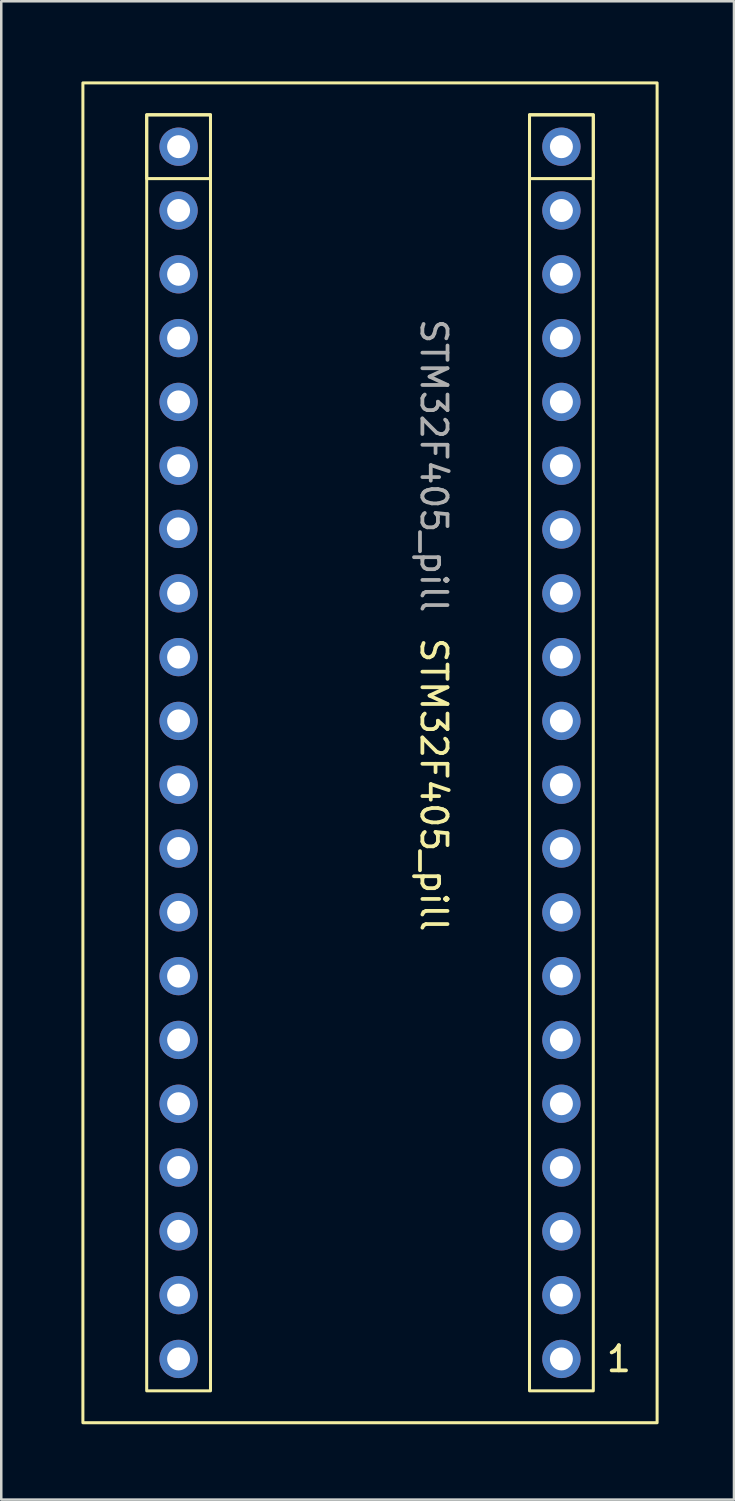
<source format=kicad_pcb>
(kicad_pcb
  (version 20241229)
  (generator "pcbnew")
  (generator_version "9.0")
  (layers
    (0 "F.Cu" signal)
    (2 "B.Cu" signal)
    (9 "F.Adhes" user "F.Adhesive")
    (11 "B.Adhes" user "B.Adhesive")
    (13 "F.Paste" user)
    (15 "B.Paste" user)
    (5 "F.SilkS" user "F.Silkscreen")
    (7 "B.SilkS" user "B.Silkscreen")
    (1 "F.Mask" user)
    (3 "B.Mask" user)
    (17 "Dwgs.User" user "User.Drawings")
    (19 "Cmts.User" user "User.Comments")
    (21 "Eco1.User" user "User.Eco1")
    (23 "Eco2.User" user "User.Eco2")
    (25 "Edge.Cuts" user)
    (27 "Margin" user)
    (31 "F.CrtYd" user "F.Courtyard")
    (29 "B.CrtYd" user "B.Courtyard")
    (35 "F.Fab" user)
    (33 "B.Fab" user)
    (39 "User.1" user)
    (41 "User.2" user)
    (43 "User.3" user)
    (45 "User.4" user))
  (footprint "STM32F405_pill"
    (layer "F.Cu")
    (at 0.25 0.25)
    (property "Reference" "STM32F405_pill" (at 13.97 27.94 270) (unlocked yes) (layer "F.SilkS") (effects (font (size 1 1) (thickness 0.15))))
    (attr through_hole)
    (fp_rect (start 0 0) (end 22.86 53.34) (stroke (width 0.12) (type solid)) (fill no) (layer "F.SilkS"))
    (fp_rect (start 2.54 1.27) (end 5.08 3.81) (stroke (width 0.12) (type solid)) (fill no) (layer "F.SilkS"))
    (fp_rect (start 2.54 1.27) (end 5.08 52.07) (stroke (width 0.12) (type solid)) (fill no) (layer "F.SilkS"))
    (fp_rect (start 17.78 1.27) (end 20.32 3.81) (stroke (width 0.12) (type solid)) (fill no) (layer "F.SilkS"))
    (fp_rect (start 17.78 1.27) (end 20.32 52.07) (stroke (width 0.12) (type solid)) (fill no) (layer "F.SilkS"))
    (fp_text user "1" (at 21.336 50.8 0) (unlocked yes) (layer "F.SilkS") (effects (font (size 1 1) (thickness 0.15))))
    (fp_text user "${REFERENCE}" (at 13.97 15.24 270) (unlocked yes) (layer "F.Fab") (effects (font (size 1 1) (thickness 0.15))))
    (pad "1" thru_hole circle (at 19.05 50.8) (size 1.524 1.524) (drill 0.914) (layers "*.Cu" "*.Mask"))
    (pad "2" thru_hole circle (at 19.05 48.26) (size 1.524 1.524) (drill 0.914) (layers "*.Cu" "*.Mask"))
    (pad "3" thru_hole circle (at 19.05 45.72) (size 1.524 1.524) (drill 0.914) (layers "*.Cu" "*.Mask"))
    (pad "4" thru_hole circle (at 19.05 43.18) (size 1.524 1.524) (drill 0.914) (layers "*.Cu" "*.Mask"))
    (pad "5" thru_hole circle (at 19.05 40.64) (size 1.524 1.524) (drill 0.914) (layers "*.Cu" "*.Mask"))
    (pad "6" thru_hole circle (at 19.05 38.1) (size 1.524 1.524) (drill 0.914) (layers "*.Cu" "*.Mask"))
    (pad "7" thru_hole circle (at 19.05 35.56) (size 1.524 1.524) (drill 0.914) (layers "*.Cu" "*.Mask"))
    (pad "8" thru_hole circle (at 19.05 33.02) (size 1.524 1.524) (drill 0.914) (layers "*.Cu" "*.Mask"))
    (pad "9" thru_hole circle (at 19.05 30.48) (size 1.524 1.524) (drill 0.914) (layers "*.Cu" "*.Mask"))
    (pad "10" thru_hole circle (at 19.05 27.94) (size 1.524 1.524) (drill 0.914) (layers "*.Cu" "*.Mask"))
    (pad "11" thru_hole circle (at 19.05 25.4) (size 1.524 1.524) (drill 0.914) (layers "*.Cu" "*.Mask"))
    (pad "12" thru_hole circle (at 19.05 22.86) (size 1.524 1.524) (drill 0.914) (layers "*.Cu" "*.Mask"))
    (pad "13" thru_hole circle (at 19.05 20.32) (size 1.524 1.524) (drill 0.914) (layers "*.Cu" "*.Mask"))
    (pad "14" thru_hole circle (at 19.05 17.78) (size 1.524 1.524) (drill 0.914) (layers "*.Cu" "*.Mask"))
    (pad "15" thru_hole circle (at 19.05 15.24) (size 1.524 1.524) (drill 0.914) (layers "*.Cu" "*.Mask"))
    (pad "16" thru_hole circle (at 19.05 12.7) (size 1.524 1.524) (drill 0.914) (layers "*.Cu" "*.Mask"))
    (pad "17" thru_hole circle (at 19.05 10.16) (size 1.524 1.524) (drill 0.914) (layers "*.Cu" "*.Mask"))
    (pad "18" thru_hole circle (at 19.05 7.62) (size 1.524 1.524) (drill 0.914) (layers "*.Cu" "*.Mask"))
    (pad "19" thru_hole circle (at 19.05 5.08) (size 1.524 1.524) (drill 0.914) (layers "*.Cu" "*.Mask"))
    (pad "20" thru_hole circle (at 19.05 2.54) (size 1.524 1.524) (drill 0.914) (layers "*.Cu" "*.Mask"))
    (pad "21" thru_hole circle (at 3.81 2.54) (size 1.524 1.524) (drill 0.914) (layers "*.Cu" "*.Mask"))
    (pad "22" thru_hole circle (at 3.81 5.08) (size 1.524 1.524) (drill 0.914) (layers "*.Cu" "*.Mask"))
    (pad "23" thru_hole circle (at 3.81 7.62) (size 1.524 1.524) (drill 0.914) (layers "*.Cu" "*.Mask"))
    (pad "24" thru_hole circle (at 3.81 10.16) (size 1.524 1.524) (drill 0.914) (layers "*.Cu" "*.Mask"))
    (pad "25" thru_hole circle (at 3.81 12.7) (size 1.524 1.524) (drill 0.914) (layers "*.Cu" "*.Mask"))
    (pad "26" thru_hole circle (at 3.81 15.24) (size 1.524 1.524) (drill 0.914) (layers "*.Cu" "*.Mask"))
    (pad "27" thru_hole circle (at 3.8 17.756) (size 1.524 1.524) (drill 0.914) (layers "*.Cu" "*.Mask"))
    (pad "28" thru_hole circle (at 3.81 20.32) (size 1.524 1.524) (drill 0.914) (layers "*.Cu" "*.Mask"))
    (pad "29" thru_hole circle (at 3.81 22.86) (size 1.524 1.524) (drill 0.914) (layers "*.Cu" "*.Mask"))
    (pad "30" thru_hole circle (at 3.81 25.4) (size 1.524 1.524) (drill 0.914) (layers "*.Cu" "*.Mask"))
    (pad "31" thru_hole circle (at 3.81 27.94) (size 1.524 1.524) (drill 0.914) (layers "*.Cu" "*.Mask"))
    (pad "32" thru_hole circle (at 3.81 30.48) (size 1.524 1.524) (drill 0.914) (layers "*.Cu" "*.Mask"))
    (pad "33" thru_hole circle (at 3.81 33.02) (size 1.524 1.524) (drill 0.914) (layers "*.Cu" "*.Mask"))
    (pad "34" thru_hole circle (at 3.81 35.56) (size 1.524 1.524) (drill 0.914) (layers "*.Cu" "*.Mask"))
    (pad "35" thru_hole circle (at 3.81 38.1) (size 1.524 1.524) (drill 0.914) (layers "*.Cu" "*.Mask"))
    (pad "36" thru_hole circle (at 3.81 40.64) (size 1.524 1.524) (drill 0.914) (layers "*.Cu" "*.Mask"))
    (pad "37" thru_hole circle (at 3.81 43.18) (size 1.524 1.524) (drill 0.914) (layers "*.Cu" "*.Mask"))
    (pad "38" thru_hole circle (at 3.81 45.72) (size 1.524 1.524) (drill 0.914) (layers "*.Cu" "*.Mask"))
    (pad "39" thru_hole circle (at 3.81 48.26) (size 1.524 1.524) (drill 0.914) (layers "*.Cu" "*.Mask"))
    (pad "40" thru_hole circle (at 3.81 50.8) (size 1.524 1.524) (drill 0.914) (layers "*.Cu" "*.Mask")))
  (gr_rect
    (start -3 -3)
    (end 26.17 56.65)
    (stroke (width 0.1) (type default))
    (fill no)
    (layer "Edge.Cuts")))
</source>
